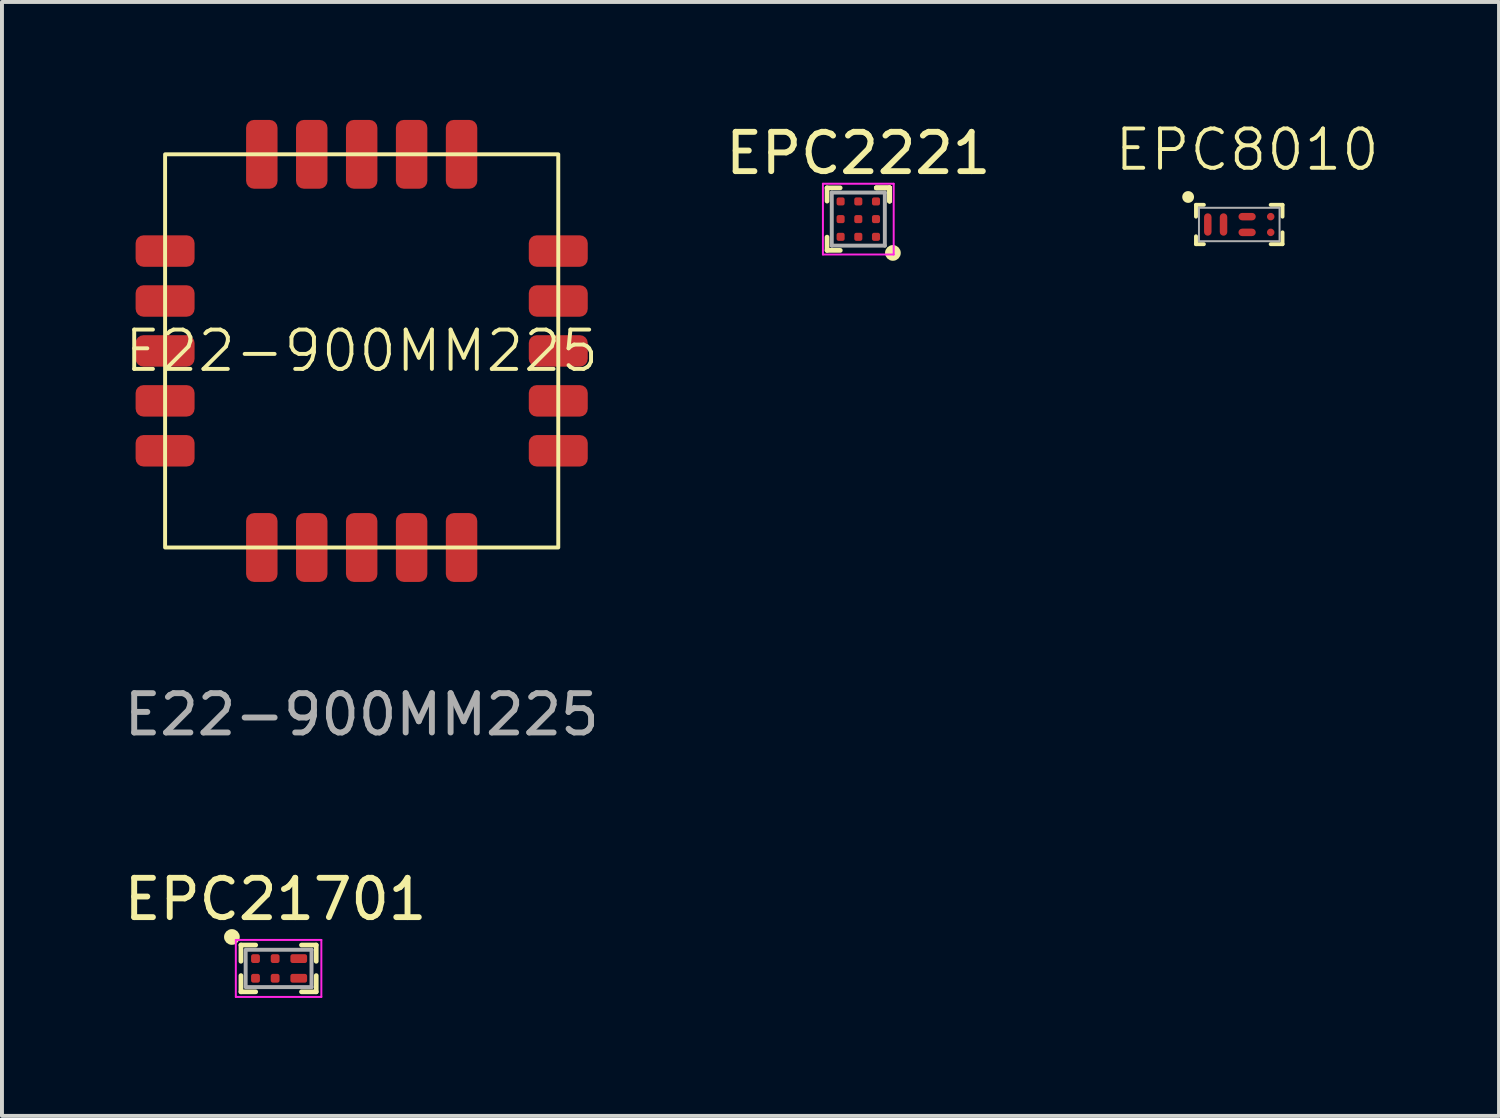
<source format=kicad_pcb>
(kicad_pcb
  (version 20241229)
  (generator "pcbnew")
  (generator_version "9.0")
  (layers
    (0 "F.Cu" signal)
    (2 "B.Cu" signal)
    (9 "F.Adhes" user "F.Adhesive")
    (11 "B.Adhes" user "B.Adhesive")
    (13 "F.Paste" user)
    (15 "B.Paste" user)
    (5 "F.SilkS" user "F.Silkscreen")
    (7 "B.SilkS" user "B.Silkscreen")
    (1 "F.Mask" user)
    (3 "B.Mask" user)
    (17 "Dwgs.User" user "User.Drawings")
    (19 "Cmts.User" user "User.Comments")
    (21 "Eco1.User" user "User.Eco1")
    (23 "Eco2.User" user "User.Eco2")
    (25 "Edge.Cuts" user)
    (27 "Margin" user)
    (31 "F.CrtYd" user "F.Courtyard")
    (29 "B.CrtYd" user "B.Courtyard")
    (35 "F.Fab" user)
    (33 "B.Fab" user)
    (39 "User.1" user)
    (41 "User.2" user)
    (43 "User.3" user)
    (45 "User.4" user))
  (footprint "EPC8010"
    (layer "F.Cu")
    (at 28.669 2.66)
    (property "Reference" "EPC8010" (at 0 -1.9 0) (unlocked yes) (layer "F.SilkS") (effects (font (size 1 1) (thickness 0.1))))
    (attr smd)
    (fp_line (start -1.3 -0.5) (end -1.3 -0.2) (stroke (width 0.1) (type default)) (layer "F.SilkS"))
    (fp_line (start -1.3 0.3) (end -1.3 0.5) (stroke (width 0.1) (type default)) (layer "F.SilkS"))
    (fp_line (start -1.3 0.5) (end -1.1 0.5) (stroke (width 0.1) (type default)) (layer "F.SilkS"))
    (fp_line (start -1.1 -0.5) (end -1.3 -0.5) (stroke (width 0.1) (type default)) (layer "F.SilkS"))
    (fp_line (start 0.6 -0.5) (end 0.9 -0.5) (stroke (width 0.1) (type default)) (layer "F.SilkS"))
    (fp_line (start 0.9 -0.5) (end 0.9 -0.2) (stroke (width 0.1) (type default)) (layer "F.SilkS"))
    (fp_line (start 0.9 0.2) (end 0.9 0.5) (stroke (width 0.1) (type default)) (layer "F.SilkS"))
    (fp_line (start 0.9 0.5) (end 0.6 0.5) (stroke (width 0.1) (type default)) (layer "F.SilkS"))
    (fp_circle (center -1.5 -0.7) (end -1.4 -0.7) (stroke (width 0.1) (type solid)) (fill yes) (layer "F.SilkS"))
    (fp_line (start -1.225 -0.425) (end -1.225 0.425) (stroke (width 0.05) (type default)) (layer "F.Fab"))
    (fp_line (start -1.225 0.425) (end 0.825 0.425) (stroke (width 0.05) (type default)) (layer "F.Fab"))
    (fp_line (start 0.825 -0.425) (end -1.225 -0.425) (stroke (width 0.05) (type default)) (layer "F.Fab"))
    (fp_line (start 0.825 0.425) (end 0.825 -0.425) (stroke (width 0.05) (type default)) (layer "F.Fab"))
    (pad "1" smd roundrect (at -1 0) (size 0.19 0.57) (layers "F.Cu" "F.Mask" "F.Paste") (roundrect_rratio 0.5))
    (pad "2" smd roundrect (at -0.6 0) (size 0.19 0.57) (layers "F.Cu" "F.Mask" "F.Paste") (roundrect_rratio 0.5))
    (pad "3" smd roundrect (at 0 0.2) (size 0.44 0.19) (layers "F.Cu" "F.Mask" "F.Paste") (roundrect_rratio 0.5))
    (pad "3" smd circle (at 0.6 -0.2) (size 0.19 0.19) (layers "F.Cu" "F.Mask" "F.Paste"))
    (pad "3" smd circle (at 0.6 0.2) (size 0.19 0.19) (layers "F.Cu" "F.Mask" "F.Paste"))
    (pad "4" smd roundrect (at 0 -0.2) (size 0.44 0.19) (layers "F.Cu" "F.Mask" "F.Paste") (roundrect_rratio 0.5)))
  (footprint "E22-900MM225"
    (layer "F.Cu")
    (at 6.149 5.875)
    (property "Reference" "E22-900MM225" (at 0 0 0) (unlocked yes) (layer "F.SilkS") (effects (font (size 1 1) (thickness 0.1))))
    (attr smd)
    (fp_rect (start -5 -5) (end 5 5) (stroke (width 0.1) (type default)) (fill no) (layer "F.SilkS"))
    (fp_text user "${REFERENCE}" (at 0 9.25 0) (unlocked yes) (layer "F.Fab") (effects (font (size 1 1) (thickness 0.15))))
    (pad "1" smd roundrect (at -5 -2.54) (size 1.5 0.8) (layers "F.Cu" "F.Mask" "F.Paste") (roundrect_rratio 0.25))
    (pad "2" smd roundrect (at -5 -1.27) (size 1.5 0.8) (layers "F.Cu" "F.Mask" "F.Paste") (roundrect_rratio 0.25))
    (pad "3" smd roundrect (at -5 0) (size 1.5 0.8) (layers "F.Cu" "F.Mask" "F.Paste") (roundrect_rratio 0.25))
    (pad "4" smd roundrect (at -5 1.27) (size 1.5 0.8) (layers "F.Cu" "F.Mask" "F.Paste") (roundrect_rratio 0.25))
    (pad "5" smd roundrect (at -5 2.54) (size 1.5 0.8) (layers "F.Cu" "F.Mask" "F.Paste") (roundrect_rratio 0.25))
    (pad "6" smd roundrect (at -2.54 5) (size 0.8 1.75) (layers "F.Cu" "F.Mask" "F.Paste") (roundrect_rratio 0.25))
    (pad "7" smd roundrect (at -1.27 5) (size 0.8 1.75) (layers "F.Cu" "F.Mask" "F.Paste") (roundrect_rratio 0.25))
    (pad "8" smd roundrect (at 0 5) (size 0.8 1.75) (layers "F.Cu" "F.Mask" "F.Paste") (roundrect_rratio 0.25))
    (pad "9" smd roundrect (at 1.27 5) (size 0.8 1.75) (layers "F.Cu" "F.Mask" "F.Paste") (roundrect_rratio 0.25))
    (pad "10" smd roundrect (at 2.54 5) (size 0.8 1.75) (layers "F.Cu" "F.Mask" "F.Paste") (roundrect_rratio 0.25))
    (pad "11" smd roundrect (at 5 2.54) (size 1.5 0.8) (layers "F.Cu" "F.Mask" "F.Paste") (roundrect_rratio 0.25))
    (pad "12" smd roundrect (at 5 1.27) (size 1.5 0.8) (layers "F.Cu" "F.Mask" "F.Paste") (roundrect_rratio 0.25))
    (pad "13" smd roundrect (at 5 0) (size 1.5 0.8) (layers "F.Cu" "F.Mask" "F.Paste") (roundrect_rratio 0.25))
    (pad "14" smd roundrect (at 5 -1.27) (size 1.5 0.8) (layers "F.Cu" "F.Mask" "F.Paste") (roundrect_rratio 0.25))
    (pad "15" smd roundrect (at 5 -2.54) (size 1.5 0.8) (layers "F.Cu" "F.Mask" "F.Paste") (roundrect_rratio 0.25))
    (pad "16" smd roundrect (at 2.54 -5) (size 0.8 1.75) (layers "F.Cu" "F.Mask" "F.Paste") (roundrect_rratio 0.25))
    (pad "17" smd roundrect (at 1.27 -5) (size 0.8 1.75) (layers "F.Cu" "F.Mask" "F.Paste") (roundrect_rratio 0.25))
    (pad "18" smd roundrect (at 0 -5) (size 0.8 1.75) (layers "F.Cu" "F.Mask" "F.Paste") (roundrect_rratio 0.25))
    (pad "19" smd roundrect (at -1.27 -5) (size 0.8 1.75) (layers "F.Cu" "F.Mask" "F.Paste") (roundrect_rratio 0.25))
    (pad "20" smd roundrect (at -2.54 -5) (size 0.8 1.75) (layers "F.Cu" "F.Mask" "F.Paste") (roundrect_rratio 0.25)))
  (footprint "EPC2221"
    (layer "F.Cu")
    (at 18.78 2.523)
    (property "Reference" "EPC2221" (at 0 -1.675 0) (layer "F.SilkS") (effects (font (size 1 1) (thickness 0.15))))
    (attr through_hole)
    (fp_line (start -0.795 -0.795) (end -0.461 -0.795) (stroke (width 0.12) (type default)) (layer "F.SilkS"))
    (fp_line (start -0.795 -0.458) (end -0.795 -0.795) (stroke (width 0.12) (type default)) (layer "F.SilkS"))
    (fp_line (start -0.795 0.795) (end -0.795 0.458) (stroke (width 0.12) (type default)) (layer "F.SilkS"))
    (fp_line (start -0.458 0.795) (end -0.795 0.795) (stroke (width 0.12) (type default)) (layer "F.SilkS"))
    (fp_line (start 0.458 -0.795) (end 0.795 -0.795) (stroke (width 0.12) (type default)) (layer "F.SilkS"))
    (fp_line (start 0.458 -0.795) (end 0.795 -0.795) (stroke (width 0.12) (type default)) (layer "F.SilkS"))
    (fp_line (start 0.458 -0.795) (end 0.795 -0.795) (stroke (width 0.12) (type default)) (layer "F.SilkS"))
    (fp_line (start 0.795 -0.795) (end 0.795 -0.458) (stroke (width 0.12) (type default)) (layer "F.SilkS"))
    (fp_line (start 0.795 -0.795) (end 0.795 -0.458) (stroke (width 0.12) (type default)) (layer "F.SilkS"))
    (fp_line (start 0.795 -0.795) (end 0.795 -0.458) (stroke (width 0.12) (type default)) (layer "F.SilkS"))
    (fp_circle (center 0.88 0.86) (end 0.88 0.96) (stroke (width 0.2) (type default)) (fill no) (layer "F.SilkS"))
    (fp_line (start -0.9 -0.9) (end 0.9 -0.9) (stroke (width 0.05) (type default)) (layer "F.CrtYd"))
    (fp_line (start -0.9 0.9) (end -0.9 -0.9) (stroke (width 0.05) (type default)) (layer "F.CrtYd"))
    (fp_line (start 0.9 -0.9) (end 0.9 0.9) (stroke (width 0.05) (type default)) (layer "F.CrtYd"))
    (fp_line (start 0.9 0.9) (end -0.9 0.9) (stroke (width 0.05) (type default)) (layer "F.CrtYd"))
    (fp_line (start -0.675 -0.675) (end -0.675 0.675) (stroke (width 0.1) (type default)) (layer "F.Fab"))
    (fp_line (start -0.675 0.675) (end 0.675 0.675) (stroke (width 0.1) (type default)) (layer "F.Fab"))
    (fp_line (start 0.675 -0.675) (end -0.675 -0.675) (stroke (width 0.1) (type default)) (layer "F.Fab"))
    (fp_line (start 0.675 0.675) (end 0.675 -0.675) (stroke (width 0.1) (type default)) (layer "F.Fab"))
    (pad "1" smd roundrect (at 0 -0.45) (size 0.205 0.205) (layers "F.Cu" "F.Mask" "F.Paste") (roundrect_rratio 0.25))
    (pad "1" smd roundrect (at 0 0) (size 0.205 0.205) (layers "F.Cu" "F.Mask" "F.Paste") (roundrect_rratio 0.25))
    (pad "1" smd roundrect (at 0 0.45) (size 0.205 0.205) (layers "F.Cu" "F.Mask" "F.Paste") (roundrect_rratio 0.25))
    (pad "2" smd roundrect (at -0.45 0.45) (size 0.205 0.205) (layers "F.Cu" "F.Mask" "F.Paste") (roundrect_rratio 0.25))
    (pad "3" smd roundrect (at 0.45 0.45) (size 0.205 0.205) (layers "F.Cu" "F.Mask" "F.Paste") (roundrect_rratio 0.25))
    (pad "4" smd roundrect (at -0.45 -0.45) (size 0.205 0.205) (layers "F.Cu" "F.Mask" "F.Paste") (roundrect_rratio 0.25))
    (pad "4" smd roundrect (at -0.45 0) (size 0.205 0.205) (layers "F.Cu" "F.Mask" "F.Paste") (roundrect_rratio 0.25))
    (pad "5" smd roundrect (at 0.45 -0.45) (size 0.205 0.205) (layers "F.Cu" "F.Mask" "F.Paste") (roundrect_rratio 0.25))
    (pad "5" smd roundrect (at 0.45 0) (size 0.205 0.205) (layers "F.Cu" "F.Mask" "F.Paste") (roundrect_rratio 0.25)))
  (footprint "EPC21701"
    (layer "F.Cu")
    (at 3.948 21.581)
    (property "Reference" "EPC21701" (at 0.01 -1.76 0) (layer "F.SilkS") (effects (font (size 1 1) (thickness 0.15))))
    (attr through_hole)
    (fp_line (start -0.87 -0.595) (end -0.495 -0.595) (stroke (width 0.12) (type default)) (layer "F.SilkS"))
    (fp_line (start -0.87 -0.182) (end -0.87 -0.595) (stroke (width 0.12) (type default)) (layer "F.SilkS"))
    (fp_line (start -0.87 0.595) (end -0.87 0.182) (stroke (width 0.12) (type default)) (layer "F.SilkS"))
    (fp_line (start -0.495 0.595) (end -0.87 0.595) (stroke (width 0.12) (type default)) (layer "F.SilkS"))
    (fp_line (start 0.67 -0.595) (end 1.045 -0.595) (stroke (width 0.12) (type default)) (layer "F.SilkS"))
    (fp_line (start 0.67 0.595) (end 1.045 0.595) (stroke (width 0.12) (type default)) (layer "F.SilkS"))
    (fp_line (start 1.045 -0.595) (end 1.045 -0.182) (stroke (width 0.12) (type default)) (layer "F.SilkS"))
    (fp_line (start 1.045 0.595) (end 1.045 0.182) (stroke (width 0.12) (type default)) (layer "F.SilkS"))
    (fp_circle (center -1.1 -0.8) (end -1.1 -0.7) (stroke (width 0.2) (type default)) (fill no) (layer "F.SilkS"))
    (fp_line (start -1 -0.725) (end 1.175 -0.725) (stroke (width 0.05) (type default)) (layer "F.CrtYd"))
    (fp_line (start -1 0.725) (end -1 -0.725) (stroke (width 0.05) (type default)) (layer "F.CrtYd"))
    (fp_line (start 1.175 -0.725) (end 1.175 0.725) (stroke (width 0.05) (type default)) (layer "F.CrtYd"))
    (fp_line (start 1.175 0.725) (end -1 0.725) (stroke (width 0.05) (type default)) (layer "F.CrtYd"))
    (fp_line (start -0.75 -0.475) (end -0.75 0.475) (stroke (width 0.1) (type default)) (layer "F.Fab"))
    (fp_line (start -0.725 0.475) (end 0.925 0.475) (stroke (width 0.1) (type default)) (layer "F.Fab"))
    (fp_line (start 0.925 -0.475) (end -0.725 -0.475) (stroke (width 0.1) (type default)) (layer "F.Fab"))
    (fp_line (start 0.925 0.475) (end 0.925 -0.475) (stroke (width 0.1) (type default)) (layer "F.Fab"))
    (pad "1" smd roundrect (at -0.5 -0.25) (size 0.225 0.225) (layers "F.Cu" "F.Mask" "F.Paste") (roundrect_rratio 0.25))
    (pad "2" smd roundrect (at 0 -0.25) (size 0.225 0.225) (layers "F.Cu" "F.Mask" "F.Paste") (roundrect_rratio 0.25))
    (pad "2" smd roundrect (at 0.6 -0.25) (size 0.425 0.225) (layers "F.Cu" "F.Mask" "F.Paste") (roundrect_rratio 0.25))
    (pad "4" smd roundrect (at -0.5 0.25) (size 0.225 0.225) (layers "F.Cu" "F.Mask" "F.Paste") (roundrect_rratio 0.25))
    (pad "5" smd roundrect (at 0 0.25) (size 0.225 0.225) (layers "F.Cu" "F.Mask" "F.Paste") (roundrect_rratio 0.25))
    (pad "5" smd roundrect (at 0.6 0.25) (size 0.425 0.225) (layers "F.Cu" "F.Mask" "F.Paste") (roundrect_rratio 0.25)))
  (gr_rect
    (start -3 -3)
    (end 35.076 25.331)
    (stroke (width 0.1) (type default))
    (fill no)
    (layer "Edge.Cuts")))
</source>
